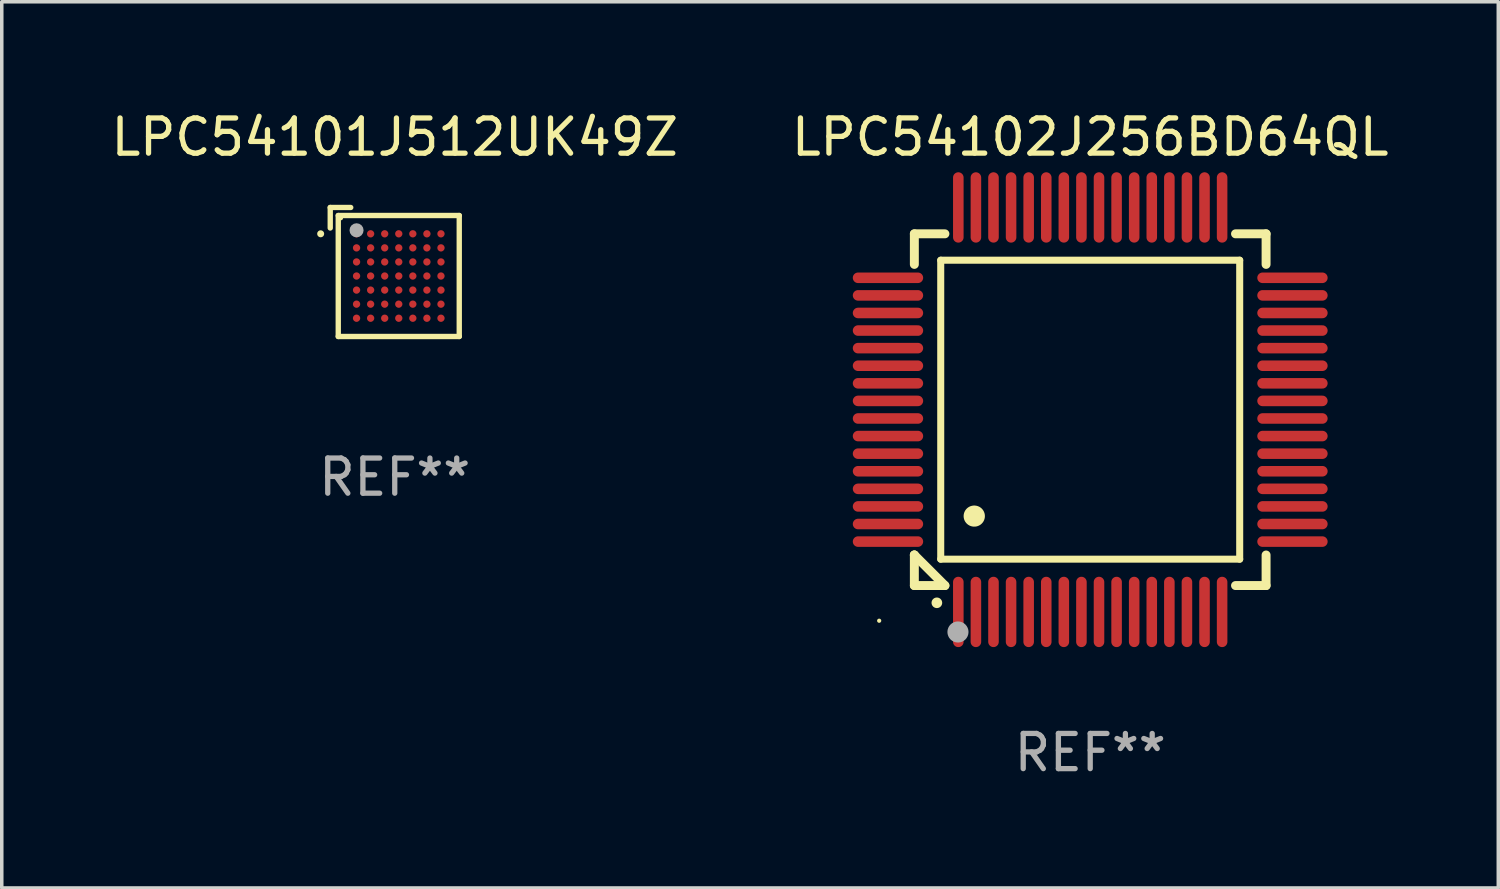
<source format=kicad_pcb>
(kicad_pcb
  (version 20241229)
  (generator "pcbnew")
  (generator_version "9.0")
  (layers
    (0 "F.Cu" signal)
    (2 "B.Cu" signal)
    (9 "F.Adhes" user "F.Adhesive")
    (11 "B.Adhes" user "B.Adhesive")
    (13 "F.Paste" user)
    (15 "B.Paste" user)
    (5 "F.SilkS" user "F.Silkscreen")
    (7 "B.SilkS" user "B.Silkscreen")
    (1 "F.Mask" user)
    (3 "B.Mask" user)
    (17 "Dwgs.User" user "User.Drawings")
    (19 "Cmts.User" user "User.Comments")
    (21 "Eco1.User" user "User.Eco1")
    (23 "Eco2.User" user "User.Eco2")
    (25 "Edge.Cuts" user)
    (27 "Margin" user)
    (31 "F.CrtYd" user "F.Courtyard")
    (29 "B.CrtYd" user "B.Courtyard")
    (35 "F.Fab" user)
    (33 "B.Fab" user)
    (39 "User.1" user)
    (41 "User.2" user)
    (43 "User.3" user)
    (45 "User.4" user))
  (footprint "LPC54102J256BD64QL"
    (layer "F.Cu")
    (at 27.946 8.598)
    (property "Reference" "LPC54102J256BD64QL" (at 0 -7.75 0) (layer "F.SilkS") (effects (font (size 1 1) (thickness 0.15))))
    (attr through_hole)
    (fp_line (start -5 -5) (end -4.131 -5) (stroke (width 0.254) (type solid)) (layer "F.SilkS"))
    (fp_line (start -5 -4.131) (end -5 -5) (stroke (width 0.254) (type solid)) (layer "F.SilkS"))
    (fp_line (start -5 4.131) (end -5 4.131) (stroke (width 0.254) (type solid)) (layer "F.SilkS"))
    (fp_line (start -5 5) (end -5 4.131) (stroke (width 0.254) (type solid)) (layer "F.SilkS"))
    (fp_line (start -5 4.131) (end -4.131 5) (stroke (width 0.254) (type solid)) (layer "F.SilkS"))
    (fp_line (start -4.25 -4.25) (end -4.25 4.25) (stroke (width 0.2) (type solid)) (layer "F.SilkS"))
    (fp_line (start -4.25 4.25) (end 4.25 4.25) (stroke (width 0.2) (type solid)) (layer "F.SilkS"))
    (fp_line (start -4.131 5) (end -5 5) (stroke (width 0.254) (type solid)) (layer "F.SilkS"))
    (fp_line (start 4.25 -4.25) (end -4.25 -4.25) (stroke (width 0.2) (type solid)) (layer "F.SilkS"))
    (fp_line (start 4.25 4.25) (end 4.25 -4.25) (stroke (width 0.2) (type solid)) (layer "F.SilkS"))
    (fp_line (start 5 -5) (end 4.131 -5) (stroke (width 0.254) (type solid)) (layer "F.SilkS"))
    (fp_line (start 5 -5) (end 5 -4.131) (stroke (width 0.254) (type solid)) (layer "F.SilkS"))
    (fp_line (start 5 4.131) (end 5 5) (stroke (width 0.254) (type solid)) (layer "F.SilkS"))
    (fp_line (start 5 5) (end 4.131 5) (stroke (width 0.254) (type solid)) (layer "F.SilkS"))
    (fp_arc (start -4.361265 5.489992) (mid -4.359995 5.489987) (end -4.358725 5.489992) (stroke (width 0.3) (type solid)) (layer "F.SilkS"))
    (fp_arc (start -3.299467 3.025146) (mid -3.296927 3.025135) (end -3.294387 3.025146) (stroke (width 0.6) (type solid)) (layer "F.SilkS"))
    (fp_circle (center -6 6) (end -5.97 6) (stroke (width 0.06) (type solid)) (fill no) (layer "F.SilkS"))
    (fp_circle (center -3.76 6.32) (end -3.61 6.32) (stroke (width 0.3) (type solid)) (fill no) (layer "F.Fab"))
    (fp_text user "REF**" (at 0 9.75 0) (layer "F.Fab") (effects (font (size 1 1) (thickness 0.15))))
    (pad "1" smd oval (at -3.75 5.75) (size 0.3 2) (layers "F.Cu" "F.Mask" "F.Paste"))
    (pad "2" smd oval (at -3.25 5.75) (size 0.3 2) (layers "F.Cu" "F.Mask" "F.Paste"))
    (pad "3" smd oval (at -2.75 5.75) (size 0.3 2) (layers "F.Cu" "F.Mask" "F.Paste"))
    (pad "4" smd oval (at -2.25 5.75) (size 0.3 2) (layers "F.Cu" "F.Mask" "F.Paste"))
    (pad "5" smd oval (at -1.75 5.75) (size 0.3 2) (layers "F.Cu" "F.Mask" "F.Paste"))
    (pad "6" smd oval (at -1.25 5.75) (size 0.3 2) (layers "F.Cu" "F.Mask" "F.Paste"))
    (pad "7" smd oval (at -0.75 5.75) (size 0.3 2) (layers "F.Cu" "F.Mask" "F.Paste"))
    (pad "8" smd oval (at -0.25 5.75) (size 0.3 2) (layers "F.Cu" "F.Mask" "F.Paste"))
    (pad "9" smd oval (at 0.25 5.75) (size 0.3 2) (layers "F.Cu" "F.Mask" "F.Paste"))
    (pad "10" smd oval (at 0.75 5.75) (size 0.3 2) (layers "F.Cu" "F.Mask" "F.Paste"))
    (pad "11" smd oval (at 1.25 5.75) (size 0.3 2) (layers "F.Cu" "F.Mask" "F.Paste"))
    (pad "12" smd oval (at 1.75 5.75) (size 0.3 2) (layers "F.Cu" "F.Mask" "F.Paste"))
    (pad "13" smd oval (at 2.25 5.75) (size 0.3 2) (layers "F.Cu" "F.Mask" "F.Paste"))
    (pad "14" smd oval (at 2.75 5.75) (size 0.3 2) (layers "F.Cu" "F.Mask" "F.Paste"))
    (pad "15" smd oval (at 3.25 5.75) (size 0.3 2) (layers "F.Cu" "F.Mask" "F.Paste"))
    (pad "16" smd oval (at 3.75 5.75) (size 0.3 2) (layers "F.Cu" "F.Mask" "F.Paste"))
    (pad "17" smd oval (at 5.75 3.75) (size 2 0.3) (layers "F.Cu" "F.Mask" "F.Paste"))
    (pad "18" smd oval (at 5.75 3.25) (size 2 0.3) (layers "F.Cu" "F.Mask" "F.Paste"))
    (pad "19" smd oval (at 5.75 2.75) (size 2 0.3) (layers "F.Cu" "F.Mask" "F.Paste"))
    (pad "20" smd oval (at 5.75 2.25) (size 2 0.3) (layers "F.Cu" "F.Mask" "F.Paste"))
    (pad "21" smd oval (at 5.75 1.75) (size 2 0.3) (layers "F.Cu" "F.Mask" "F.Paste"))
    (pad "22" smd oval (at 5.75 1.25) (size 2 0.3) (layers "F.Cu" "F.Mask" "F.Paste"))
    (pad "23" smd oval (at 5.75 0.75) (size 2 0.3) (layers "F.Cu" "F.Mask" "F.Paste"))
    (pad "24" smd oval (at 5.75 0.25) (size 2 0.3) (layers "F.Cu" "F.Mask" "F.Paste"))
    (pad "25" smd oval (at 5.75 -0.25) (size 2 0.3) (layers "F.Cu" "F.Mask" "F.Paste"))
    (pad "26" smd oval (at 5.75 -0.75) (size 2 0.3) (layers "F.Cu" "F.Mask" "F.Paste"))
    (pad "27" smd oval (at 5.75 -1.25) (size 2 0.3) (layers "F.Cu" "F.Mask" "F.Paste"))
    (pad "28" smd oval (at 5.75 -1.75) (size 2 0.3) (layers "F.Cu" "F.Mask" "F.Paste"))
    (pad "29" smd oval (at 5.75 -2.25) (size 2 0.3) (layers "F.Cu" "F.Mask" "F.Paste"))
    (pad "30" smd oval (at 5.75 -2.75) (size 2 0.3) (layers "F.Cu" "F.Mask" "F.Paste"))
    (pad "31" smd oval (at 5.75 -3.25) (size 2 0.3) (layers "F.Cu" "F.Mask" "F.Paste"))
    (pad "32" smd oval (at 5.75 -3.75) (size 2 0.3) (layers "F.Cu" "F.Mask" "F.Paste"))
    (pad "33" smd oval (at 3.75 -5.75) (size 0.3 2) (layers "F.Cu" "F.Mask" "F.Paste"))
    (pad "34" smd oval (at 3.25 -5.75) (size 0.3 2) (layers "F.Cu" "F.Mask" "F.Paste"))
    (pad "35" smd oval (at 2.75 -5.75) (size 0.3 2) (layers "F.Cu" "F.Mask" "F.Paste"))
    (pad "36" smd oval (at 2.25 -5.75) (size 0.3 2) (layers "F.Cu" "F.Mask" "F.Paste"))
    (pad "37" smd oval (at 1.75 -5.75) (size 0.3 2) (layers "F.Cu" "F.Mask" "F.Paste"))
    (pad "38" smd oval (at 1.25 -5.75) (size 0.3 2) (layers "F.Cu" "F.Mask" "F.Paste"))
    (pad "39" smd oval (at 0.75 -5.75) (size 0.3 2) (layers "F.Cu" "F.Mask" "F.Paste"))
    (pad "40" smd oval (at 0.25 -5.75) (size 0.3 2) (layers "F.Cu" "F.Mask" "F.Paste"))
    (pad "41" smd oval (at -0.25 -5.75) (size 0.3 2) (layers "F.Cu" "F.Mask" "F.Paste"))
    (pad "42" smd oval (at -0.75 -5.75) (size 0.3 2) (layers "F.Cu" "F.Mask" "F.Paste"))
    (pad "43" smd oval (at -1.25 -5.75) (size 0.3 2) (layers "F.Cu" "F.Mask" "F.Paste"))
    (pad "44" smd oval (at -1.75 -5.75) (size 0.3 2) (layers "F.Cu" "F.Mask" "F.Paste"))
    (pad "45" smd oval (at -2.25 -5.75) (size 0.3 2) (layers "F.Cu" "F.Mask" "F.Paste"))
    (pad "46" smd oval (at -2.75 -5.75) (size 0.3 2) (layers "F.Cu" "F.Mask" "F.Paste"))
    (pad "47" smd oval (at -3.25 -5.75) (size 0.3 2) (layers "F.Cu" "F.Mask" "F.Paste"))
    (pad "48" smd oval (at -3.75 -5.75) (size 0.3 2) (layers "F.Cu" "F.Mask" "F.Paste"))
    (pad "49" smd oval (at -5.75 -3.75) (size 2 0.3) (layers "F.Cu" "F.Mask" "F.Paste"))
    (pad "50" smd oval (at -5.75 -3.25) (size 2 0.3) (layers "F.Cu" "F.Mask" "F.Paste"))
    (pad "51" smd oval (at -5.75 -2.75) (size 2 0.3) (layers "F.Cu" "F.Mask" "F.Paste"))
    (pad "52" smd oval (at -5.75 -2.25) (size 2 0.3) (layers "F.Cu" "F.Mask" "F.Paste"))
    (pad "53" smd oval (at -5.75 -1.75) (size 2 0.3) (layers "F.Cu" "F.Mask" "F.Paste"))
    (pad "54" smd oval (at -5.75 -1.25) (size 2 0.3) (layers "F.Cu" "F.Mask" "F.Paste"))
    (pad "55" smd oval (at -5.75 -0.75) (size 2 0.3) (layers "F.Cu" "F.Mask" "F.Paste"))
    (pad "56" smd oval (at -5.75 -0.25) (size 2 0.3) (layers "F.Cu" "F.Mask" "F.Paste"))
    (pad "57" smd oval (at -5.75 0.25) (size 2 0.3) (layers "F.Cu" "F.Mask" "F.Paste"))
    (pad "58" smd oval (at -5.75 0.75) (size 2 0.3) (layers "F.Cu" "F.Mask" "F.Paste"))
    (pad "59" smd oval (at -5.75 1.25) (size 2 0.3) (layers "F.Cu" "F.Mask" "F.Paste"))
    (pad "60" smd oval (at -5.75 1.75) (size 2 0.3) (layers "F.Cu" "F.Mask" "F.Paste"))
    (pad "61" smd oval (at -5.75 2.25) (size 2 0.3) (layers "F.Cu" "F.Mask" "F.Paste"))
    (pad "62" smd oval (at -5.75 2.75) (size 2 0.3) (layers "F.Cu" "F.Mask" "F.Paste"))
    (pad "63" smd oval (at -5.75 3.25) (size 2 0.3) (layers "F.Cu" "F.Mask" "F.Paste"))
    (pad "64" smd oval (at -5.75 3.75) (size 2 0.3) (layers "F.Cu" "F.Mask" "F.Paste")))
  (footprint "LPC54101J512UK49Z"
    (layer "F.Cu")
    (at 8.173 4.683)
    (property "Reference" "LPC54101J512UK49Z" (at 0 -3.834 0) (layer "F.SilkS") (effects (font (size 1 1) (thickness 0.15))))
    (attr through_hole)
    (fp_line (start -1.834 -1.834) (end -1.251 -1.834) (stroke (width 0.152) (type solid)) (layer "F.SilkS"))
    (fp_line (start -1.834 -1.251) (end -1.834 -1.834) (stroke (width 0.152) (type solid)) (layer "F.SilkS"))
    (fp_line (start -1.606 -1.606) (end 1.834 -1.606) (stroke (width 0.152) (type solid)) (layer "F.SilkS"))
    (fp_line (start -1.606 1.834) (end -1.606 -1.606) (stroke (width 0.152) (type solid)) (layer "F.SilkS"))
    (fp_line (start 1.834 -1.606) (end 1.834 1.834) (stroke (width 0.152) (type solid)) (layer "F.SilkS"))
    (fp_line (start 1.834 1.834) (end -1.606 1.834) (stroke (width 0.152) (type solid)) (layer "F.SilkS"))
    (fp_circle (center -2.106 -1.086) (end -2.056 -1.086) (stroke (width 0.1) (type solid)) (fill no) (layer "F.SilkS"))
    (fp_circle (center -1.53 -1.53) (end -1.5 -1.53) (stroke (width 0.06) (type solid)) (fill no) (layer "F.SilkS"))
    (fp_circle (center -1.086 -1.186) (end -0.986 -1.186) (stroke (width 0.2) (type solid)) (fill no) (layer "F.Fab"))
    (fp_text user "REF**" (at 0 5.834 0) (layer "F.Fab") (effects (font (size 1 1) (thickness 0.15))))
    (pad "A1" smd circle (at -1.086 -1.086) (size 0.208 0.208) (layers "F.Cu" "F.Mask" "F.Paste"))
    (pad "A2" smd circle (at -0.686 -1.086) (size 0.208 0.208) (layers "F.Cu" "F.Mask" "F.Paste"))
    (pad "A3" smd circle (at -0.286 -1.086) (size 0.208 0.208) (layers "F.Cu" "F.Mask" "F.Paste"))
    (pad "A4" smd circle (at 0.114 -1.086) (size 0.208 0.208) (layers "F.Cu" "F.Mask" "F.Paste"))
    (pad "A5" smd circle (at 0.514 -1.086) (size 0.208 0.208) (layers "F.Cu" "F.Mask" "F.Paste"))
    (pad "A6" smd circle (at 0.914 -1.086) (size 0.208 0.208) (layers "F.Cu" "F.Mask" "F.Paste"))
    (pad "A7" smd circle (at 1.314 -1.086) (size 0.208 0.208) (layers "F.Cu" "F.Mask" "F.Paste"))
    (pad "B1" smd circle (at -1.086 -0.686) (size 0.208 0.208) (layers "F.Cu" "F.Mask" "F.Paste"))
    (pad "B2" smd circle (at -0.686 -0.686) (size 0.208 0.208) (layers "F.Cu" "F.Mask" "F.Paste"))
    (pad "B3" smd circle (at -0.286 -0.686) (size 0.208 0.208) (layers "F.Cu" "F.Mask" "F.Paste"))
    (pad "B4" smd circle (at 0.114 -0.686) (size 0.208 0.208) (layers "F.Cu" "F.Mask" "F.Paste"))
    (pad "B5" smd circle (at 0.514 -0.686) (size 0.208 0.208) (layers "F.Cu" "F.Mask" "F.Paste"))
    (pad "B6" smd circle (at 0.914 -0.686) (size 0.208 0.208) (layers "F.Cu" "F.Mask" "F.Paste"))
    (pad "B7" smd circle (at 1.314 -0.686) (size 0.208 0.208) (layers "F.Cu" "F.Mask" "F.Paste"))
    (pad "C1" smd circle (at -1.086 -0.286) (size 0.208 0.208) (layers "F.Cu" "F.Mask" "F.Paste"))
    (pad "C2" smd circle (at -0.686 -0.286) (size 0.208 0.208) (layers "F.Cu" "F.Mask" "F.Paste"))
    (pad "C3" smd circle (at -0.286 -0.286) (size 0.208 0.208) (layers "F.Cu" "F.Mask" "F.Paste"))
    (pad "C4" smd circle (at 0.114 -0.286) (size 0.208 0.208) (layers "F.Cu" "F.Mask" "F.Paste"))
    (pad "C5" smd circle (at 0.514 -0.286) (size 0.208 0.208) (layers "F.Cu" "F.Mask" "F.Paste"))
    (pad "C6" smd circle (at 0.914 -0.286) (size 0.208 0.208) (layers "F.Cu" "F.Mask" "F.Paste"))
    (pad "C7" smd circle (at 1.314 -0.286) (size 0.208 0.208) (layers "F.Cu" "F.Mask" "F.Paste"))
    (pad "D1" smd circle (at -1.086 0.114) (size 0.208 0.208) (layers "F.Cu" "F.Mask" "F.Paste"))
    (pad "D2" smd circle (at -0.686 0.114) (size 0.208 0.208) (layers "F.Cu" "F.Mask" "F.Paste"))
    (pad "D3" smd circle (at -0.286 0.114) (size 0.208 0.208) (layers "F.Cu" "F.Mask" "F.Paste"))
    (pad "D4" smd circle (at 0.114 0.114) (size 0.208 0.208) (layers "F.Cu" "F.Mask" "F.Paste"))
    (pad "D5" smd circle (at 0.514 0.114) (size 0.208 0.208) (layers "F.Cu" "F.Mask" "F.Paste"))
    (pad "D6" smd circle (at 0.914 0.114) (size 0.208 0.208) (layers "F.Cu" "F.Mask" "F.Paste"))
    (pad "D7" smd circle (at 1.314 0.114) (size 0.208 0.208) (layers "F.Cu" "F.Mask" "F.Paste"))
    (pad "E1" smd circle (at -1.086 0.514) (size 0.208 0.208) (layers "F.Cu" "F.Mask" "F.Paste"))
    (pad "E2" smd circle (at -0.686 0.514) (size 0.208 0.208) (layers "F.Cu" "F.Mask" "F.Paste"))
    (pad "E3" smd circle (at -0.286 0.514) (size 0.208 0.208) (layers "F.Cu" "F.Mask" "F.Paste"))
    (pad "E4" smd circle (at 0.114 0.514) (size 0.208 0.208) (layers "F.Cu" "F.Mask" "F.Paste"))
    (pad "E5" smd circle (at 0.514 0.514) (size 0.208 0.208) (layers "F.Cu" "F.Mask" "F.Paste"))
    (pad "E6" smd circle (at 0.914 0.514) (size 0.208 0.208) (layers "F.Cu" "F.Mask" "F.Paste"))
    (pad "E7" smd circle (at 1.314 0.514) (size 0.208 0.208) (layers "F.Cu" "F.Mask" "F.Paste"))
    (pad "F1" smd circle (at -1.086 0.914) (size 0.208 0.208) (layers "F.Cu" "F.Mask" "F.Paste"))
    (pad "F2" smd circle (at -0.686 0.914) (size 0.208 0.208) (layers "F.Cu" "F.Mask" "F.Paste"))
    (pad "F3" smd circle (at -0.286 0.914) (size 0.208 0.208) (layers "F.Cu" "F.Mask" "F.Paste"))
    (pad "F4" smd circle (at 0.114 0.914) (size 0.208 0.208) (layers "F.Cu" "F.Mask" "F.Paste"))
    (pad "F5" smd circle (at 0.514 0.914) (size 0.208 0.208) (layers "F.Cu" "F.Mask" "F.Paste"))
    (pad "F6" smd circle (at 0.914 0.914) (size 0.208 0.208) (layers "F.Cu" "F.Mask" "F.Paste"))
    (pad "F7" smd circle (at 1.314 0.914) (size 0.208 0.208) (layers "F.Cu" "F.Mask" "F.Paste"))
    (pad "G1" smd circle (at -1.086 1.314) (size 0.208 0.208) (layers "F.Cu" "F.Mask" "F.Paste"))
    (pad "G2" smd circle (at -0.686 1.314) (size 0.208 0.208) (layers "F.Cu" "F.Mask" "F.Paste"))
    (pad "G3" smd circle (at -0.286 1.314) (size 0.208 0.208) (layers "F.Cu" "F.Mask" "F.Paste"))
    (pad "G4" smd circle (at 0.114 1.314) (size 0.208 0.208) (layers "F.Cu" "F.Mask" "F.Paste"))
    (pad "G5" smd circle (at 0.514 1.314) (size 0.208 0.208) (layers "F.Cu" "F.Mask" "F.Paste"))
    (pad "G6" smd circle (at 0.914 1.314) (size 0.208 0.208) (layers "F.Cu" "F.Mask" "F.Paste"))
    (pad "G7" smd circle (at 1.314 1.314) (size 0.208 0.208) (layers "F.Cu" "F.Mask" "F.Paste")))
  (gr_rect
    (start -3 -3)
    (end 39.548 22.196)
    (stroke (width 0.1) (type default))
    (fill no)
    (layer "Edge.Cuts")))
</source>
